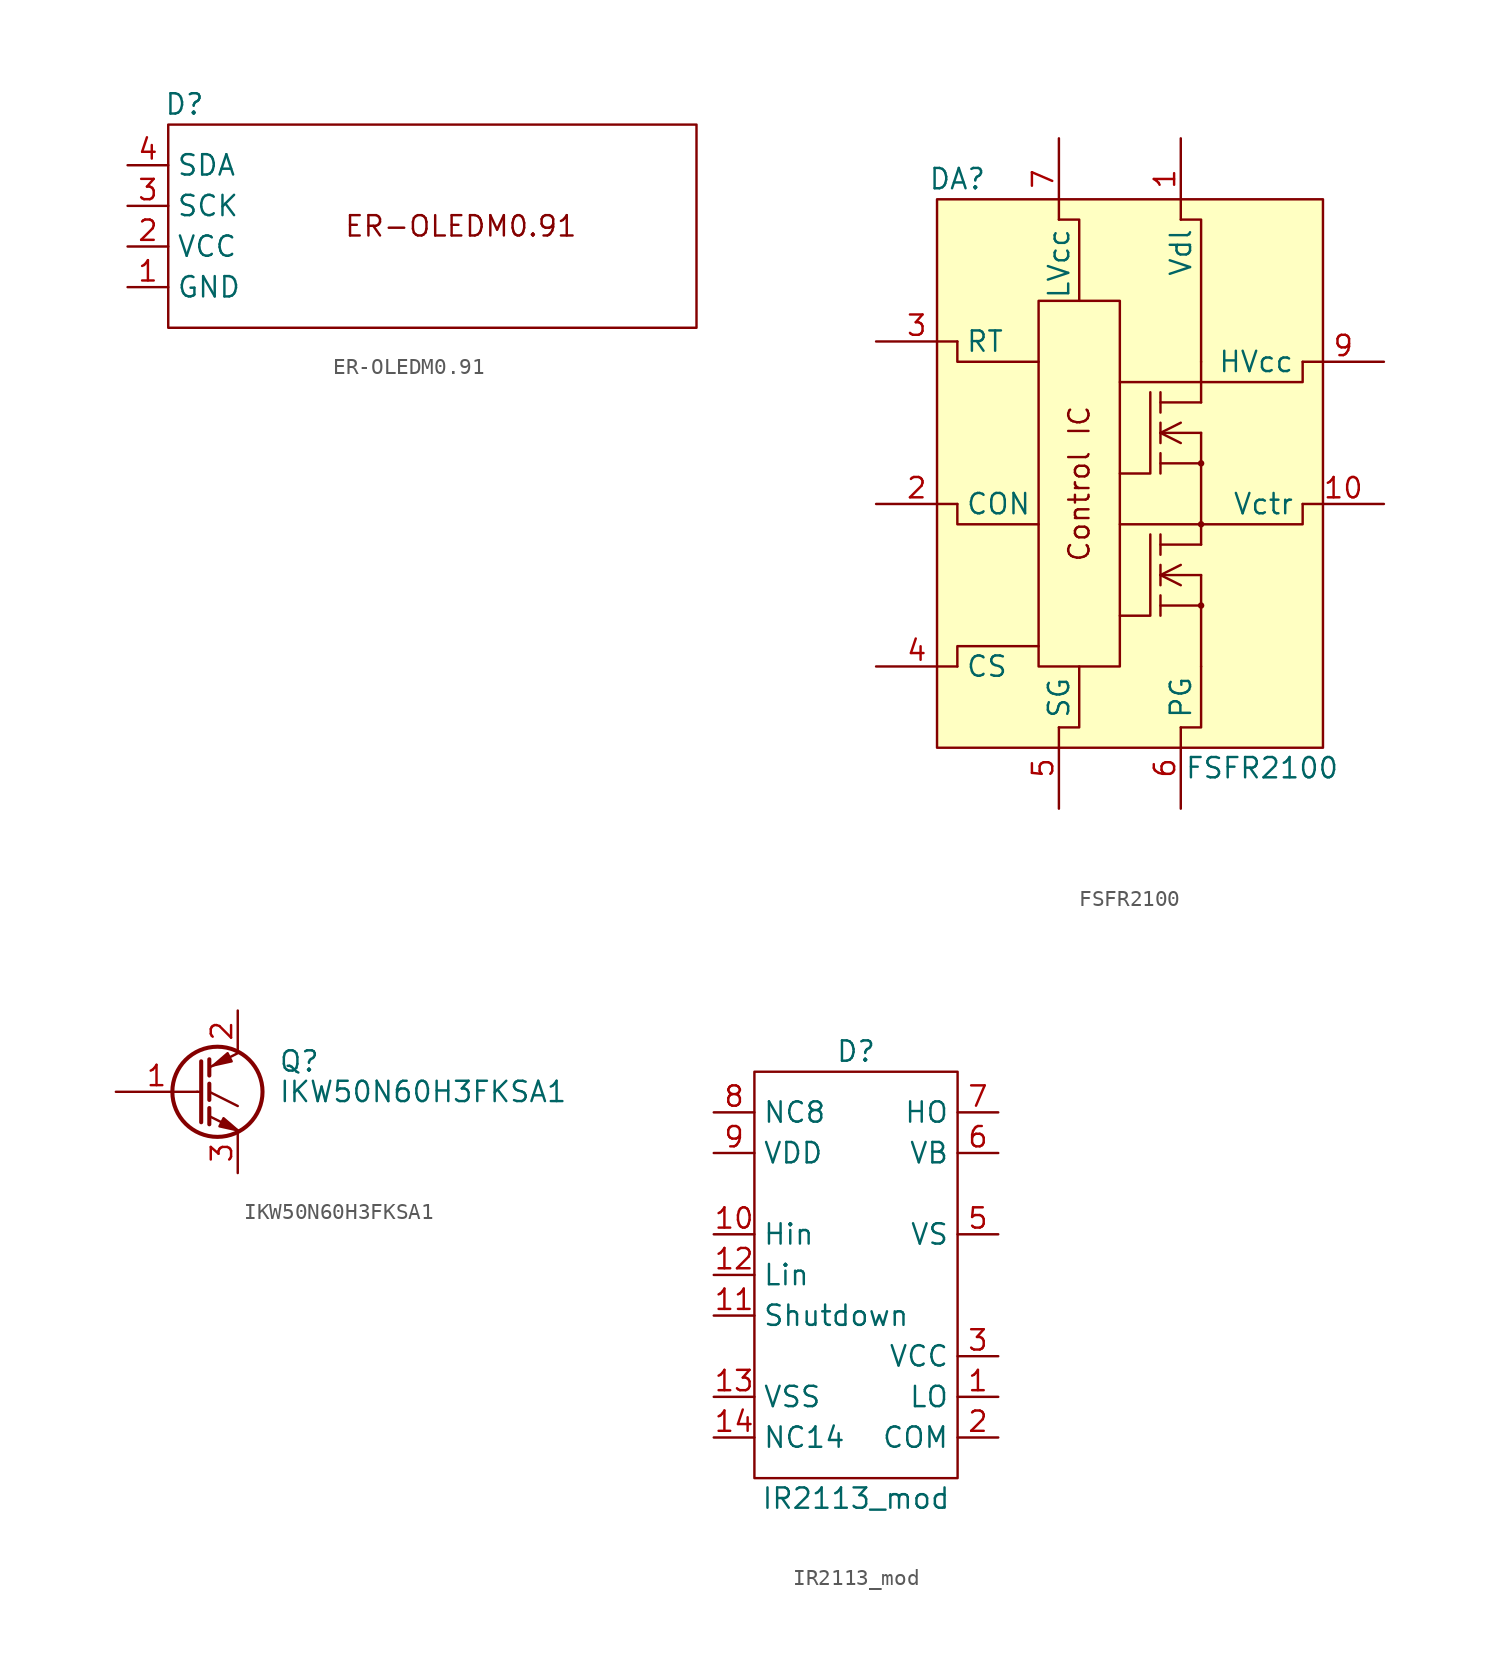
<source format=kicad_sym>
(kicad_symbol_lib
  (version 20231120)
  (generator "kicad_symbol_editor")
  (generator_version "8.0")
  (symbol "ER-OLEDM0.91"
    (property "Reference" "D"
      (at 3.556 11.43 0)
      (effects (font (size 1.27 1.27))))
    (property "Value" ""
      (at 0 0 0)
      (effects (font (size 1.27 1.27))))
    (symbol "ER-OLEDM0.91_0_1"
      (rectangle (start 2.54 10.16) (end 35.56 -2.54) (stroke (width 0) (type default)) (fill (type none))))
    (symbol "ER-OLEDM0.91_1_1"
      (text "ER-OLEDM0.91" (at 20.828 3.81 0) (effects (font (size 1.27 1.27))))
      (pin power_in line (at 0 0 0) (length 2.54) (name "GND" (effects (font (size 1.27 1.27)))) (number "1" (effects (font (size 1.27 1.27)))))
      (pin power_in line (at 0 2.54 0) (length 2.54) (name "VCC" (effects (font (size 1.27 1.27)))) (number "2" (effects (font (size 1.27 1.27)))))
      (pin bidirectional line (at 0 5.08 0) (length 2.54) (name "SCK" (effects (font (size 1.27 1.27)))) (number "3" (effects (font (size 1.27 1.27)))))
      (pin bidirectional line (at 0 7.62 0) (length 2.54) (name "SDA" (effects (font (size 1.27 1.27)))) (number "4" (effects (font (size 1.27 1.27)))))))
  (symbol "FSFR2100"
    (property "Reference" "DA"
      (at -22.86 16.51 0)
      (effects (font (size 1.27 1.27))))
    (property "Value" "FSFR2100"
      (at -3.81 -20.32 0)
      (effects (font (size 1.27 1.27))))
    (symbol "FSFR2100_0_0"
      (text "Control IC" (at -15.24 -2.54 900) (effects (font (size 1.27 1.27)))))
    (symbol "FSFR2100_0_1"
      (rectangle (start -24.13 15.24) (end 0 -19.05) (stroke (width 0) (type default)) (fill (type background)))
      (rectangle (start -17.78 8.89) (end -12.7 -13.97) (stroke (width 0) (type default)) (fill (type none)))
      (circle (center -7.62 -10.16) (radius 0.127) (stroke (width 0) (type default)) (fill (type none)))
      (circle (center -7.62 -5.08) (radius 0.127) (stroke (width 0) (type default)) (fill (type none)))
      (circle (center -7.62 -1.27) (radius 0.127) (stroke (width 0) (type default)) (fill (type none)))
      (polyline (pts (xy -10.16 -10.16) (xy -7.62 -10.16)) (stroke (width 0) (type default)) (fill (type none)))
      (polyline (pts (xy -10.16 -9.525) (xy -10.16 -10.795)) (stroke (width 0) (type default)) (fill (type none)))
      (polyline (pts (xy -10.16 -8.255) (xy -8.89 -8.89)) (stroke (width 0) (type default)) (fill (type none)))
      (polyline (pts (xy -10.16 -8.255) (xy -8.89 -7.62)) (stroke (width 0) (type default)) (fill (type none)))
      (polyline (pts (xy -10.16 -8.255) (xy -7.62 -8.255)) (stroke (width 0) (type default)) (fill (type none)))
      (polyline (pts (xy -10.16 -7.62) (xy -10.16 -8.89)) (stroke (width 0) (type default)) (fill (type none)))
      (polyline (pts (xy -10.16 -6.35) (xy -7.62 -6.35)) (stroke (width 0) (type default)) (fill (type none)))
      (polyline (pts (xy -10.16 -5.715) (xy -10.16 -6.985)) (stroke (width 0) (type default)) (fill (type none)))
      (polyline (pts (xy -10.16 -1.27) (xy -7.62 -1.27)) (stroke (width 0) (type default)) (fill (type none)))
      (polyline (pts (xy -10.16 -0.635) (xy -10.16 -1.905)) (stroke (width 0) (type default)) (fill (type none)))
      (polyline (pts (xy -10.16 0.635) (xy -8.89 0)) (stroke (width 0) (type default)) (fill (type none)))
      (polyline (pts (xy -10.16 0.635) (xy -8.89 1.27)) (stroke (width 0) (type default)) (fill (type none)))
      (polyline (pts (xy -10.16 0.635) (xy -7.62 0.635)) (stroke (width 0) (type default)) (fill (type none)))
      (polyline (pts (xy -10.16 1.27) (xy -10.16 0)) (stroke (width 0) (type default)) (fill (type none)))
      (polyline (pts (xy -10.16 2.54) (xy -7.62 2.54)) (stroke (width 0) (type default)) (fill (type none)))
      (polyline (pts (xy -10.16 3.175) (xy -10.16 1.905)) (stroke (width 0) (type default)) (fill (type none)))
      (polyline (pts (xy -7.62 -13.97) (xy -7.62 -10.16)) (stroke (width 0) (type default)) (fill (type none)))
      (polyline (pts (xy -7.62 -8.255) (xy -7.62 -10.16)) (stroke (width 0) (type default)) (fill (type none)))
      (polyline (pts (xy -7.62 -5.08) (xy -12.7 -5.08)) (stroke (width 0) (type default)) (fill (type none)))
      (polyline (pts (xy -7.62 -1.27) (xy -7.62 -6.35)) (stroke (width 0) (type default)) (fill (type none)))
      (polyline (pts (xy -7.62 0.635) (xy -7.62 -1.27)) (stroke (width 0) (type default)) (fill (type none)))
      (polyline (pts (xy -7.62 5.08) (xy -7.62 2.54)) (stroke (width 0) (type default)) (fill (type none)))
      (polyline (pts (xy -22.86 -13.97) (xy -22.86 -12.7) (xy -17.78 -12.7)) (stroke (width 0) (type default)) (fill (type none)))
      (polyline (pts (xy -22.86 -3.81) (xy -22.86 -5.08) (xy -17.78 -5.08)) (stroke (width 0) (type default)) (fill (type none)))
      (polyline (pts (xy -22.86 6.35) (xy -22.86 5.08) (xy -17.78 5.08)) (stroke (width 0) (type default)) (fill (type none)))
      (polyline (pts (xy -16.51 -17.78) (xy -15.24 -17.78) (xy -15.24 -13.97)) (stroke (width 0) (type default)) (fill (type none)))
      (polyline (pts (xy -16.51 13.97) (xy -15.24 13.97) (xy -15.24 8.89)) (stroke (width 0) (type default)) (fill (type none)))
      (polyline (pts (xy -10.795 -5.715) (xy -10.795 -10.795) (xy -12.7 -10.795)) (stroke (width 0) (type default)) (fill (type none)))
      (polyline (pts (xy -10.795 3.175) (xy -10.795 -1.905) (xy -12.7 -1.905)) (stroke (width 0) (type default)) (fill (type none)))
      (polyline (pts (xy -8.89 -17.78) (xy -7.62 -17.78) (xy -7.62 -13.97)) (stroke (width 0) (type default)) (fill (type none)))
      (polyline (pts (xy -8.89 13.97) (xy -7.62 13.97) (xy -7.62 5.08)) (stroke (width 0) (type default)) (fill (type none)))
      (polyline (pts (xy -1.27 -3.81) (xy -1.27 -5.08) (xy -7.62 -5.08)) (stroke (width 0) (type default)) (fill (type none)))
      (polyline (pts (xy -1.27 5.08) (xy -1.27 3.81) (xy -12.7 3.81)) (stroke (width 0) (type default)) (fill (type none))))
    (symbol "FSFR2100_1_1"
      (pin input line (at -8.89 19.05 270) (length 5.08) (name "Vdl" (effects (font (size 1.27 1.27)))) (number "1" (effects (font (size 1.27 1.27)))))
      (pin input line (at 3.81 -3.81 180) (length 5.08) (name "Vctr" (effects (font (size 1.27 1.27)))) (number "10" (effects (font (size 1.27 1.27)))))
      (pin input line (at -27.94 -3.81 0) (length 5.08) (name "CON" (effects (font (size 1.27 1.27)))) (number "2" (effects (font (size 1.27 1.27)))))
      (pin input line (at -27.94 6.35 0) (length 5.08) (name "RT" (effects (font (size 1.27 1.27)))) (number "3" (effects (font (size 1.27 1.27)))))
      (pin input line (at -27.94 -13.97 0) (length 5.08) (name "CS" (effects (font (size 1.27 1.27)))) (number "4" (effects (font (size 1.27 1.27)))))
      (pin input line (at -16.51 -22.86 90) (length 5.08) (name "SG" (effects (font (size 1.27 1.27)))) (number "5" (effects (font (size 1.27 1.27)))))
      (pin input line (at -8.89 -22.86 90) (length 5.08) (name "PG" (effects (font (size 1.27 1.27)))) (number "6" (effects (font (size 1.27 1.27)))))
      (pin input line (at -16.51 19.05 270) (length 5.08) (name "LVcc" (effects (font (size 1.27 1.27)))) (number "7" (effects (font (size 1.27 1.27)))))
      (pin input line (at 3.81 5.08 180) (length 5.08) (name "HVcc" (effects (font (size 1.27 1.27)))) (number "9" (effects (font (size 1.27 1.27)))))))
  (symbol "IKW50N60H3FKSA1"
    (pin_names
      (offset 0) hide)
    (property "Reference" "Q"
      (at 5.08 1.905 0)
      (effects (font (size 1.27 1.27)) (justify left)))
    (property "Value" "IKW50N60H3FKSA1"
      (at 5.08 0 0)
      (effects (font (size 1.27 1.27)) (justify left)))
    (symbol "IKW50N60H3FKSA1_0_1"
      (polyline (pts (xy 0 0) (xy 0.254 0)) (stroke (width 0) (type default)) (fill (type none)))
      (polyline (pts (xy 0.762 -1.016) (xy 0.762 -2.032)) (stroke (width 0.254) (type default)) (fill (type none)))
      (polyline (pts (xy 0.762 0.508) (xy 0.762 -0.508)) (stroke (width 0.254) (type default)) (fill (type none)))
      (polyline (pts (xy 0.762 2.032) (xy 0.762 1.016)) (stroke (width 0.254) (type default)) (fill (type none)))
      (polyline (pts (xy 2.54 -2.413) (xy 0.762 -1.524)) (stroke (width 0) (type default)) (fill (type none)))
      (polyline (pts (xy 2.54 -0.889) (xy 0.762 0)) (stroke (width 0) (type default)) (fill (type none)))
      (polyline (pts (xy 2.54 2.413) (xy 0.762 1.524)) (stroke (width 0) (type default)) (fill (type none)))
      (polyline (pts (xy 0.254 1.905) (xy 0.254 -1.905) (xy 0.254 -1.905)) (stroke (width 0.254) (type default)) (fill (type none)))
      (polyline (pts (xy 1.397 -2.159) (xy 1.651 -1.651) (xy 2.54 -2.413) (xy 1.397 -2.159)) (stroke (width 0) (type default)) (fill (type outline)))
      (polyline (pts (xy 2.159 1.905) (xy 1.905 2.413) (xy 1.016 1.651) (xy 2.159 1.905)) (stroke (width 0) (type default)) (fill (type outline)))
      (circle (center 1.27 0) (radius 2.819) (stroke (width 0.254) (type default)) (fill (type none))))
    (symbol "IKW50N60H3FKSA1_1_1"
      (pin input line (at -5.08 0 0) (length 5.08) (name "G" (effects (font (size 1.27 1.27)))) (number "1" (effects (font (size 1.27 1.27)))))
      (pin passive line (at 2.54 5.08 270) (length 2.54) (name "C" (effects (font (size 1.27 1.27)))) (number "2" (effects (font (size 1.27 1.27)))))
      (pin passive line (at 2.54 -5.08 90) (length 2.54) (name "E" (effects (font (size 1.27 1.27)))) (number "3" (effects (font (size 1.27 1.27)))))))
  (symbol "IR2113_mod"
    (property "Reference" "D"
      (at 8.89 8.89 0)
      (effects (font (size 1.27 1.27))))
    (property "Value" "IR2113_mod"
      (at 8.89 -19.05 0)
      (effects (font (size 1.27 1.27))))
    (symbol "IR2113_mod_0_1"
      (rectangle (start 2.54 7.62) (end 15.24 -17.78) (stroke (width 0.152) (type default)) (fill (type none))))
    (symbol "IR2113_mod_1_1"
      (pin output line (at 17.78 -12.7 180) (length 2.54) (name "LO" (effects (font (size 1.27 1.27)))) (number "1" (effects (font (size 1.27 1.27)))))
      (pin input line (at 0 -2.54 0) (length 2.54) (name "Hin" (effects (font (size 1.27 1.27)))) (number "10" (effects (font (size 1.27 1.27)))))
      (pin input line (at 0 -7.62 0) (length 2.54) (name "Shutdown" (effects (font (size 1.27 1.27)))) (number "11" (effects (font (size 1.27 1.27)))))
      (pin input line (at 0 -5.08 0) (length 2.54) (name "Lin" (effects (font (size 1.27 1.27)))) (number "12" (effects (font (size 1.27 1.27)))))
      (pin power_out line (at 0 -12.7 0) (length 2.54) (name "VSS" (effects (font (size 1.27 1.27)))) (number "13" (effects (font (size 1.27 1.27)))))
      (pin free line (at 0 -15.24 0) (length 2.54) (name "NC14" (effects (font (size 1.27 1.27)))) (number "14" (effects (font (size 1.27 1.27)))))
      (pin power_out line (at 17.78 -15.24 180) (length 2.54) (name "COM" (effects (font (size 1.27 1.27)))) (number "2" (effects (font (size 1.27 1.27)))))
      (pin power_in line (at 17.78 -10.16 180) (length 2.54) (name "VCC" (effects (font (size 1.27 1.27)))) (number "3" (effects (font (size 1.27 1.27)))))
      (pin power_out line (at 17.78 -2.54 180) (length 2.54) (name "VS" (effects (font (size 1.27 1.27)))) (number "5" (effects (font (size 1.27 1.27)))))
      (pin power_in line (at 17.78 2.54 180) (length 2.54) (name "VB" (effects (font (size 1.27 1.27)))) (number "6" (effects (font (size 1.27 1.27)))))
      (pin output line (at 17.78 5.08 180) (length 2.54) (name "HO" (effects (font (size 1.27 1.27)))) (number "7" (effects (font (size 1.27 1.27)))))
      (pin free line (at 0 5.08 0) (length 2.54) (name "NC8" (effects (font (size 1.27 1.27)))) (number "8" (effects (font (size 1.27 1.27)))))
      (pin power_in line (at 0 2.54 0) (length 2.54) (name "VDD" (effects (font (size 1.27 1.27)))) (number "9" (effects (font (size 1.27 1.27))))))))
</source>
